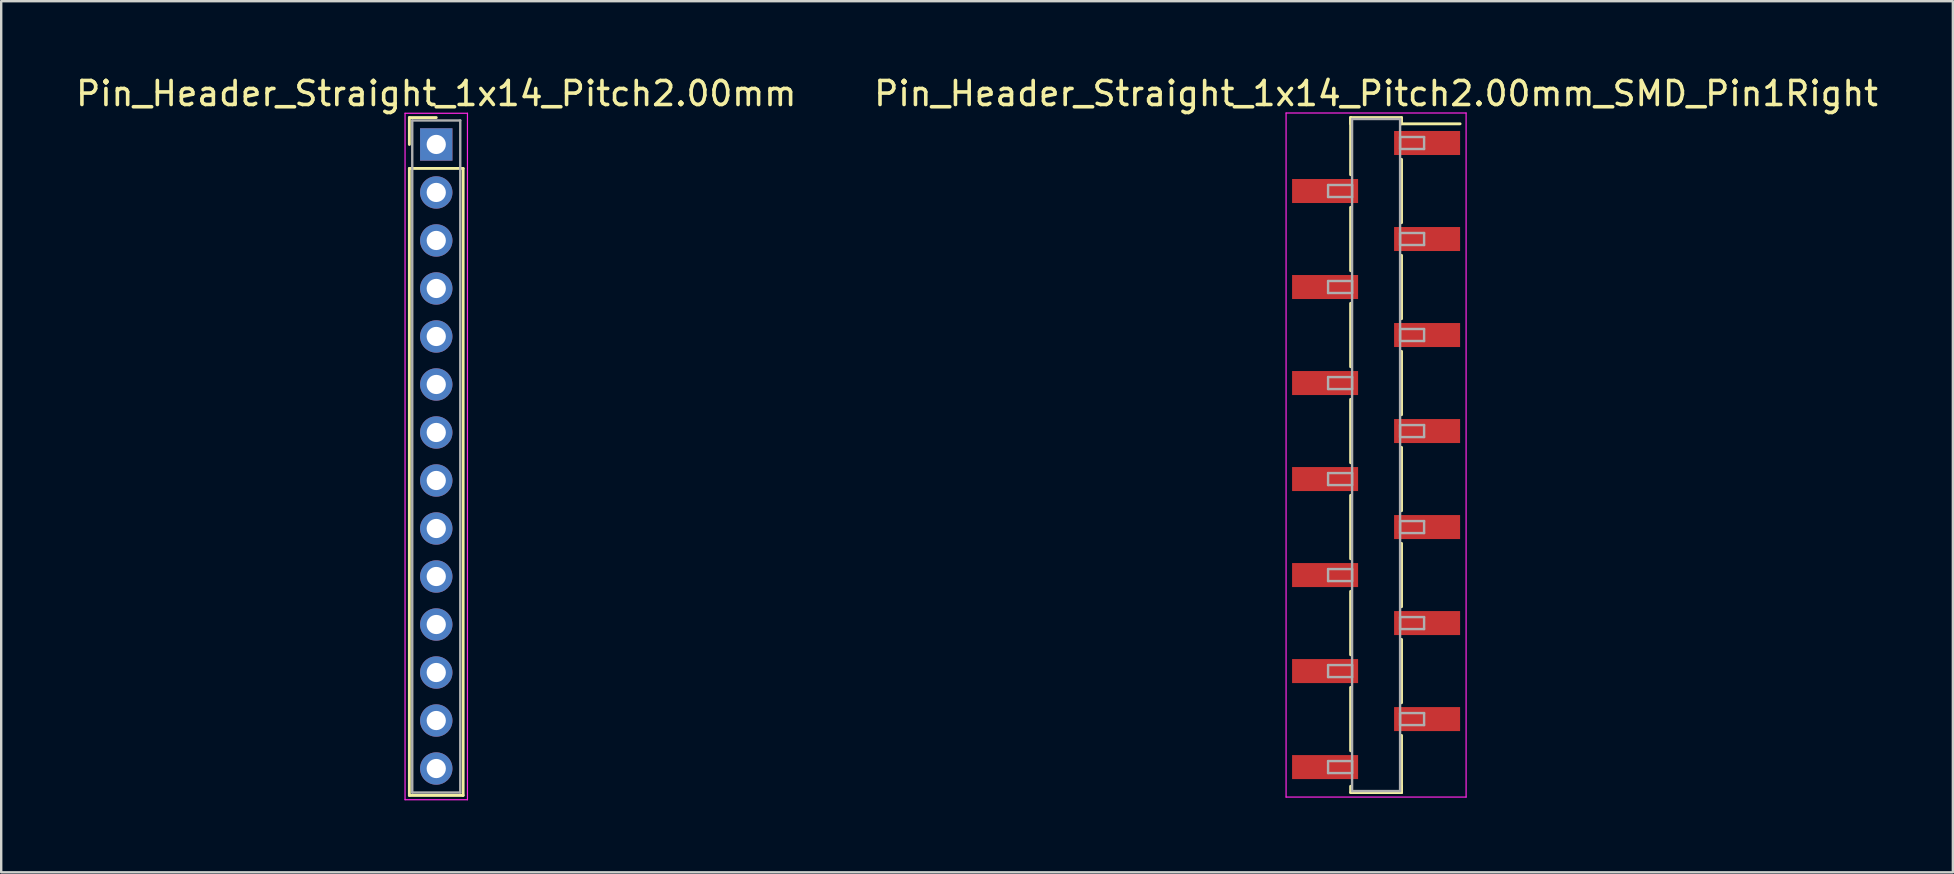
<source format=kicad_pcb>
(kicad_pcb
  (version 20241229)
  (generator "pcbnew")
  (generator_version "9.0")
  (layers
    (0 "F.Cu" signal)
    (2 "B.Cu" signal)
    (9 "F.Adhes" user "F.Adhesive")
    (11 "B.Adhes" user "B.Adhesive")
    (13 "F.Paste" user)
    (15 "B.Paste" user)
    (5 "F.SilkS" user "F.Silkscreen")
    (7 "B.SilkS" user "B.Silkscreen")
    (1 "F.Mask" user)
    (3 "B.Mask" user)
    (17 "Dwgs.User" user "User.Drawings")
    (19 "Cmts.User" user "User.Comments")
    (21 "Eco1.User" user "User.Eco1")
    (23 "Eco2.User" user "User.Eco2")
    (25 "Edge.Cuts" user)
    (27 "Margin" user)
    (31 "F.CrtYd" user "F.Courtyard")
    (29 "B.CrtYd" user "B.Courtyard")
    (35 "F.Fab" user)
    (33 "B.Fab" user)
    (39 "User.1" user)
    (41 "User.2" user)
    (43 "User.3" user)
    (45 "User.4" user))
  (footprint "Pin_Header_Straight_1x14_Pitch2.00mm"
    (layer "F.Cu")
    (at 15.125 2.968)
    (property "Reference" "Pin_Header_Straight_1x14_Pitch2.00mm" (at 0 -2.12 0) (layer "F.SilkS") (effects (font (size 1 1) (thickness 0.15))))
    (attr through_hole)
    (fp_line (start -1.12 -1.12) (end 0 -1.12) (stroke (width 0.12) (type solid)) (layer "F.SilkS"))
    (fp_line (start -1.12 0) (end -1.12 -1.12) (stroke (width 0.12) (type solid)) (layer "F.SilkS"))
    (fp_line (start -1.12 1) (end -1.12 27.12) (stroke (width 0.12) (type solid)) (layer "F.SilkS"))
    (fp_line (start -1.12 27.12) (end 1.12 27.12) (stroke (width 0.12) (type solid)) (layer "F.SilkS"))
    (fp_line (start 1.12 1) (end -1.12 1) (stroke (width 0.12) (type solid)) (layer "F.SilkS"))
    (fp_line (start 1.12 27.12) (end 1.12 1) (stroke (width 0.12) (type solid)) (layer "F.SilkS"))
    (fp_line (start -1.3 -1.3) (end -1.3 27.3) (stroke (width 0.05) (type solid)) (layer "F.CrtYd"))
    (fp_line (start -1.3 27.3) (end 1.3 27.3) (stroke (width 0.05) (type solid)) (layer "F.CrtYd"))
    (fp_line (start 1.3 -1.3) (end -1.3 -1.3) (stroke (width 0.05) (type solid)) (layer "F.CrtYd"))
    (fp_line (start 1.3 27.3) (end 1.3 -1.3) (stroke (width 0.05) (type solid)) (layer "F.CrtYd"))
    (fp_line (start -1 -1) (end -1 27) (stroke (width 0.1) (type solid)) (layer "F.Fab"))
    (fp_line (start -1 27) (end 1 27) (stroke (width 0.1) (type solid)) (layer "F.Fab"))
    (fp_line (start 1 -1) (end -1 -1) (stroke (width 0.1) (type solid)) (layer "F.Fab"))
    (fp_line (start 1 27) (end 1 -1) (stroke (width 0.1) (type solid)) (layer "F.Fab"))
    (pad "1" thru_hole rect (at 0 0) (size 1.35 1.35) (drill 0.8) (layers "*.Cu" "*.Mask"))
    (pad "2" thru_hole oval (at 0 2) (size 1.35 1.35) (drill 0.8) (layers "*.Cu" "*.Mask"))
    (pad "3" thru_hole oval (at 0 4) (size 1.35 1.35) (drill 0.8) (layers "*.Cu" "*.Mask"))
    (pad "4" thru_hole oval (at 0 6) (size 1.35 1.35) (drill 0.8) (layers "*.Cu" "*.Mask"))
    (pad "5" thru_hole oval (at 0 8) (size 1.35 1.35) (drill 0.8) (layers "*.Cu" "*.Mask"))
    (pad "6" thru_hole oval (at 0 10) (size 1.35 1.35) (drill 0.8) (layers "*.Cu" "*.Mask"))
    (pad "7" thru_hole oval (at 0 12) (size 1.35 1.35) (drill 0.8) (layers "*.Cu" "*.Mask"))
    (pad "8" thru_hole oval (at 0 14) (size 1.35 1.35) (drill 0.8) (layers "*.Cu" "*.Mask"))
    (pad "9" thru_hole oval (at 0 16) (size 1.35 1.35) (drill 0.8) (layers "*.Cu" "*.Mask"))
    (pad "10" thru_hole oval (at 0 18) (size 1.35 1.35) (drill 0.8) (layers "*.Cu" "*.Mask"))
    (pad "11" thru_hole oval (at 0 20) (size 1.35 1.35) (drill 0.8) (layers "*.Cu" "*.Mask"))
    (pad "12" thru_hole oval (at 0 22) (size 1.35 1.35) (drill 0.8) (layers "*.Cu" "*.Mask"))
    (pad "13" thru_hole oval (at 0 24) (size 1.35 1.35) (drill 0.8) (layers "*.Cu" "*.Mask"))
    (pad "14" thru_hole oval (at 0 26) (size 1.35 1.35) (drill 0.8) (layers "*.Cu" "*.Mask")))
  (footprint "Pin_Header_Straight_1x14_Pitch2.00mm_SMD_Pin1Right"
    (layer "F.Cu")
    (at 54.28 15.908)
    (property "Reference" "Pin_Header_Straight_1x14_Pitch2.00mm_SMD_Pin1Right" (at 0 -15.06 0) (layer "F.SilkS") (effects (font (size 1 1) (thickness 0.15))))
    (attr smd)
    (fp_line (start -1.06 -14.06) (end -1.06 -11.68) (stroke (width 0.12) (type solid)) (layer "F.SilkS"))
    (fp_line (start -1.06 -14.06) (end 1.06 -14.06) (stroke (width 0.12) (type solid)) (layer "F.SilkS"))
    (fp_line (start -1.06 -13.8) (end -1.06 -14.06) (stroke (width 0.12) (type solid)) (layer "F.SilkS"))
    (fp_line (start -1.06 -10.32) (end -1.06 -7.68) (stroke (width 0.12) (type solid)) (layer "F.SilkS"))
    (fp_line (start -1.06 -6.32) (end -1.06 -3.68) (stroke (width 0.12) (type solid)) (layer "F.SilkS"))
    (fp_line (start -1.06 -2.32) (end -1.06 0.32) (stroke (width 0.12) (type solid)) (layer "F.SilkS"))
    (fp_line (start -1.06 1.68) (end -1.06 4.32) (stroke (width 0.12) (type solid)) (layer "F.SilkS"))
    (fp_line (start -1.06 5.68) (end -1.06 8.32) (stroke (width 0.12) (type solid)) (layer "F.SilkS"))
    (fp_line (start -1.06 9.68) (end -1.06 12.32) (stroke (width 0.12) (type solid)) (layer "F.SilkS"))
    (fp_line (start -1.06 13.8) (end -1.06 14.06) (stroke (width 0.12) (type solid)) (layer "F.SilkS"))
    (fp_line (start -1.06 14.06) (end 1.06 14.06) (stroke (width 0.12) (type solid)) (layer "F.SilkS"))
    (fp_line (start 1.06 -14.06) (end 1.06 -13.8) (stroke (width 0.12) (type solid)) (layer "F.SilkS"))
    (fp_line (start 1.06 -13.8) (end 3.5 -13.8) (stroke (width 0.12) (type solid)) (layer "F.SilkS"))
    (fp_line (start 1.06 -12.32) (end 1.06 -9.68) (stroke (width 0.12) (type solid)) (layer "F.SilkS"))
    (fp_line (start 1.06 -8.32) (end 1.06 -5.68) (stroke (width 0.12) (type solid)) (layer "F.SilkS"))
    (fp_line (start 1.06 -4.32) (end 1.06 -1.68) (stroke (width 0.12) (type solid)) (layer "F.SilkS"))
    (fp_line (start 1.06 -0.32) (end 1.06 2.32) (stroke (width 0.12) (type solid)) (layer "F.SilkS"))
    (fp_line (start 1.06 3.68) (end 1.06 6.32) (stroke (width 0.12) (type solid)) (layer "F.SilkS"))
    (fp_line (start 1.06 7.68) (end 1.06 10.32) (stroke (width 0.12) (type solid)) (layer "F.SilkS"))
    (fp_line (start 1.06 11.68) (end 1.06 14.06) (stroke (width 0.12) (type solid)) (layer "F.SilkS"))
    (fp_line (start 1.06 14.06) (end 1.06 13.8) (stroke (width 0.12) (type solid)) (layer "F.SilkS"))
    (fp_line (start -3.75 -14.25) (end -3.75 14.25) (stroke (width 0.05) (type solid)) (layer "F.CrtYd"))
    (fp_line (start -3.75 14.25) (end 3.75 14.25) (stroke (width 0.05) (type solid)) (layer "F.CrtYd"))
    (fp_line (start 3.75 -14.25) (end -3.75 -14.25) (stroke (width 0.05) (type solid)) (layer "F.CrtYd"))
    (fp_line (start 3.75 14.25) (end 3.75 -14.25) (stroke (width 0.05) (type solid)) (layer "F.CrtYd"))
    (fp_line (start -2 -11.25) (end -1 -11.25) (stroke (width 0.1) (type solid)) (layer "F.Fab"))
    (fp_line (start -2 -10.75) (end -2 -11.25) (stroke (width 0.1) (type solid)) (layer "F.Fab"))
    (fp_line (start -2 -7.25) (end -1 -7.25) (stroke (width 0.1) (type solid)) (layer "F.Fab"))
    (fp_line (start -2 -6.75) (end -2 -7.25) (stroke (width 0.1) (type solid)) (layer "F.Fab"))
    (fp_line (start -2 -3.25) (end -1 -3.25) (stroke (width 0.1) (type solid)) (layer "F.Fab"))
    (fp_line (start -2 -2.75) (end -2 -3.25) (stroke (width 0.1) (type solid)) (layer "F.Fab"))
    (fp_line (start -2 0.75) (end -1 0.75) (stroke (width 0.1) (type solid)) (layer "F.Fab"))
    (fp_line (start -2 1.25) (end -2 0.75) (stroke (width 0.1) (type solid)) (layer "F.Fab"))
    (fp_line (start -2 4.75) (end -1 4.75) (stroke (width 0.1) (type solid)) (layer "F.Fab"))
    (fp_line (start -2 5.25) (end -2 4.75) (stroke (width 0.1) (type solid)) (layer "F.Fab"))
    (fp_line (start -2 8.75) (end -1 8.75) (stroke (width 0.1) (type solid)) (layer "F.Fab"))
    (fp_line (start -2 9.25) (end -2 8.75) (stroke (width 0.1) (type solid)) (layer "F.Fab"))
    (fp_line (start -2 12.75) (end -1 12.75) (stroke (width 0.1) (type solid)) (layer "F.Fab"))
    (fp_line (start -2 13.25) (end -2 12.75) (stroke (width 0.1) (type solid)) (layer "F.Fab"))
    (fp_line (start -1 -14) (end -1 14) (stroke (width 0.1) (type solid)) (layer "F.Fab"))
    (fp_line (start -1 -11.25) (end -1 -10.75) (stroke (width 0.1) (type solid)) (layer "F.Fab"))
    (fp_line (start -1 -10.75) (end -2 -10.75) (stroke (width 0.1) (type solid)) (layer "F.Fab"))
    (fp_line (start -1 -7.25) (end -1 -6.75) (stroke (width 0.1) (type solid)) (layer "F.Fab"))
    (fp_line (start -1 -6.75) (end -2 -6.75) (stroke (width 0.1) (type solid)) (layer "F.Fab"))
    (fp_line (start -1 -3.25) (end -1 -2.75) (stroke (width 0.1) (type solid)) (layer "F.Fab"))
    (fp_line (start -1 -2.75) (end -2 -2.75) (stroke (width 0.1) (type solid)) (layer "F.Fab"))
    (fp_line (start -1 0.75) (end -1 1.25) (stroke (width 0.1) (type solid)) (layer "F.Fab"))
    (fp_line (start -1 1.25) (end -2 1.25) (stroke (width 0.1) (type solid)) (layer "F.Fab"))
    (fp_line (start -1 4.75) (end -1 5.25) (stroke (width 0.1) (type solid)) (layer "F.Fab"))
    (fp_line (start -1 5.25) (end -2 5.25) (stroke (width 0.1) (type solid)) (layer "F.Fab"))
    (fp_line (start -1 8.75) (end -1 9.25) (stroke (width 0.1) (type solid)) (layer "F.Fab"))
    (fp_line (start -1 9.25) (end -2 9.25) (stroke (width 0.1) (type solid)) (layer "F.Fab"))
    (fp_line (start -1 12.75) (end -1 13.25) (stroke (width 0.1) (type solid)) (layer "F.Fab"))
    (fp_line (start -1 13.25) (end -2 13.25) (stroke (width 0.1) (type solid)) (layer "F.Fab"))
    (fp_line (start -1 14) (end 1 14) (stroke (width 0.1) (type solid)) (layer "F.Fab"))
    (fp_line (start 1 -14) (end -1 -14) (stroke (width 0.1) (type solid)) (layer "F.Fab"))
    (fp_line (start 1 -13.25) (end 1 -12.75) (stroke (width 0.1) (type solid)) (layer "F.Fab"))
    (fp_line (start 1 -12.75) (end 2 -12.75) (stroke (width 0.1) (type solid)) (layer "F.Fab"))
    (fp_line (start 1 -9.25) (end 1 -8.75) (stroke (width 0.1) (type solid)) (layer "F.Fab"))
    (fp_line (start 1 -8.75) (end 2 -8.75) (stroke (width 0.1) (type solid)) (layer "F.Fab"))
    (fp_line (start 1 -5.25) (end 1 -4.75) (stroke (width 0.1) (type solid)) (layer "F.Fab"))
    (fp_line (start 1 -4.75) (end 2 -4.75) (stroke (width 0.1) (type solid)) (layer "F.Fab"))
    (fp_line (start 1 -1.25) (end 1 -0.75) (stroke (width 0.1) (type solid)) (layer "F.Fab"))
    (fp_line (start 1 -0.75) (end 2 -0.75) (stroke (width 0.1) (type solid)) (layer "F.Fab"))
    (fp_line (start 1 2.75) (end 1 3.25) (stroke (width 0.1) (type solid)) (layer "F.Fab"))
    (fp_line (start 1 3.25) (end 2 3.25) (stroke (width 0.1) (type solid)) (layer "F.Fab"))
    (fp_line (start 1 6.75) (end 1 7.25) (stroke (width 0.1) (type solid)) (layer "F.Fab"))
    (fp_line (start 1 7.25) (end 2 7.25) (stroke (width 0.1) (type solid)) (layer "F.Fab"))
    (fp_line (start 1 10.75) (end 1 11.25) (stroke (width 0.1) (type solid)) (layer "F.Fab"))
    (fp_line (start 1 11.25) (end 2 11.25) (stroke (width 0.1) (type solid)) (layer "F.Fab"))
    (fp_line (start 1 14) (end 1 -14) (stroke (width 0.1) (type solid)) (layer "F.Fab"))
    (fp_line (start 2 -13.25) (end 1 -13.25) (stroke (width 0.1) (type solid)) (layer "F.Fab"))
    (fp_line (start 2 -12.75) (end 2 -13.25) (stroke (width 0.1) (type solid)) (layer "F.Fab"))
    (fp_line (start 2 -9.25) (end 1 -9.25) (stroke (width 0.1) (type solid)) (layer "F.Fab"))
    (fp_line (start 2 -8.75) (end 2 -9.25) (stroke (width 0.1) (type solid)) (layer "F.Fab"))
    (fp_line (start 2 -5.25) (end 1 -5.25) (stroke (width 0.1) (type solid)) (layer "F.Fab"))
    (fp_line (start 2 -4.75) (end 2 -5.25) (stroke (width 0.1) (type solid)) (layer "F.Fab"))
    (fp_line (start 2 -1.25) (end 1 -1.25) (stroke (width 0.1) (type solid)) (layer "F.Fab"))
    (fp_line (start 2 -0.75) (end 2 -1.25) (stroke (width 0.1) (type solid)) (layer "F.Fab"))
    (fp_line (start 2 2.75) (end 1 2.75) (stroke (width 0.1) (type solid)) (layer "F.Fab"))
    (fp_line (start 2 3.25) (end 2 2.75) (stroke (width 0.1) (type solid)) (layer "F.Fab"))
    (fp_line (start 2 6.75) (end 1 6.75) (stroke (width 0.1) (type solid)) (layer "F.Fab"))
    (fp_line (start 2 7.25) (end 2 6.75) (stroke (width 0.1) (type solid)) (layer "F.Fab"))
    (fp_line (start 2 10.75) (end 1 10.75) (stroke (width 0.1) (type solid)) (layer "F.Fab"))
    (fp_line (start 2 11.25) (end 2 10.75) (stroke (width 0.1) (type solid)) (layer "F.Fab"))
    (pad "1" smd rect (at 2.125 -13) (size 2.75 1) (layers "F.Cu" "F.Mask"))
    (pad "2" smd rect (at -2.125 -11) (size 2.75 1) (layers "F.Cu" "F.Mask"))
    (pad "3" smd rect (at 2.125 -9) (size 2.75 1) (layers "F.Cu" "F.Mask"))
    (pad "4" smd rect (at -2.125 -7) (size 2.75 1) (layers "F.Cu" "F.Mask"))
    (pad "5" smd rect (at 2.125 -5) (size 2.75 1) (layers "F.Cu" "F.Mask"))
    (pad "6" smd rect (at -2.125 -3) (size 2.75 1) (layers "F.Cu" "F.Mask"))
    (pad "7" smd rect (at 2.125 -1) (size 2.75 1) (layers "F.Cu" "F.Mask"))
    (pad "8" smd rect (at -2.125 1) (size 2.75 1) (layers "F.Cu" "F.Mask"))
    (pad "9" smd rect (at 2.125 3) (size 2.75 1) (layers "F.Cu" "F.Mask"))
    (pad "10" smd rect (at -2.125 5) (size 2.75 1) (layers "F.Cu" "F.Mask"))
    (pad "11" smd rect (at 2.125 7) (size 2.75 1) (layers "F.Cu" "F.Mask"))
    (pad "12" smd rect (at -2.125 9) (size 2.75 1) (layers "F.Cu" "F.Mask"))
    (pad "13" smd rect (at 2.125 11) (size 2.75 1) (layers "F.Cu" "F.Mask"))
    (pad "14" smd rect (at -2.125 13) (size 2.75 1) (layers "F.Cu" "F.Mask")))
  (gr_rect
    (start -3 -3)
    (end 78.31 33.293)
    (stroke (width 0.1) (type default))
    (fill no)
    (layer "Edge.Cuts")))
</source>
